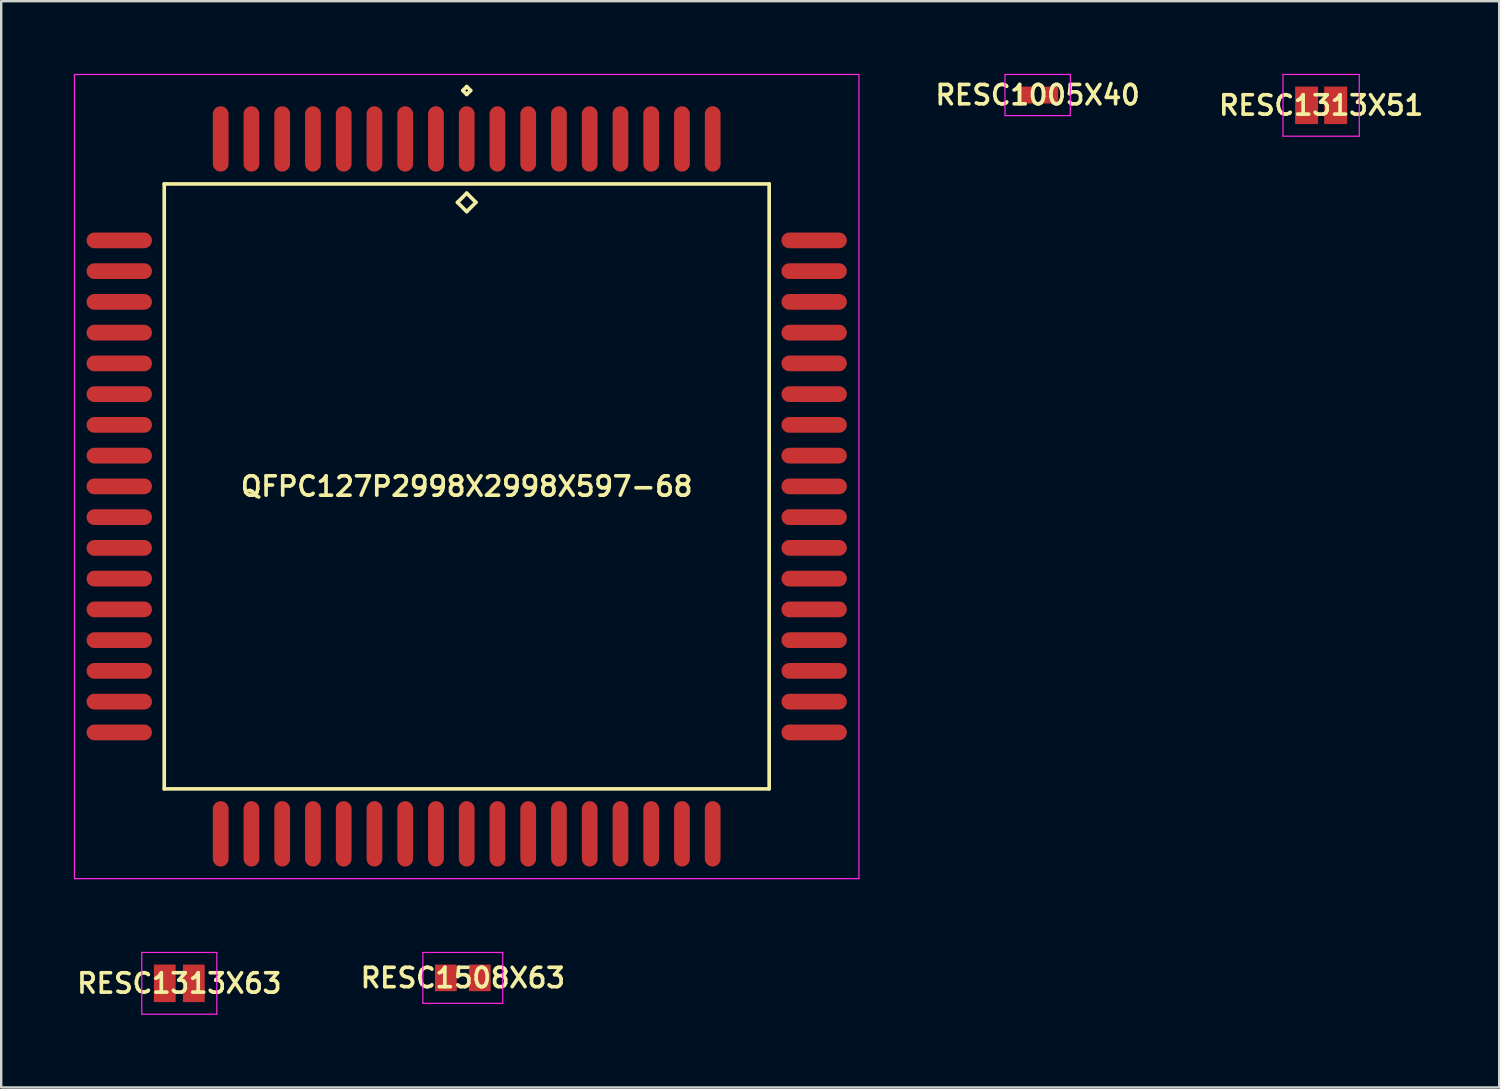
<source format=kicad_pcb>
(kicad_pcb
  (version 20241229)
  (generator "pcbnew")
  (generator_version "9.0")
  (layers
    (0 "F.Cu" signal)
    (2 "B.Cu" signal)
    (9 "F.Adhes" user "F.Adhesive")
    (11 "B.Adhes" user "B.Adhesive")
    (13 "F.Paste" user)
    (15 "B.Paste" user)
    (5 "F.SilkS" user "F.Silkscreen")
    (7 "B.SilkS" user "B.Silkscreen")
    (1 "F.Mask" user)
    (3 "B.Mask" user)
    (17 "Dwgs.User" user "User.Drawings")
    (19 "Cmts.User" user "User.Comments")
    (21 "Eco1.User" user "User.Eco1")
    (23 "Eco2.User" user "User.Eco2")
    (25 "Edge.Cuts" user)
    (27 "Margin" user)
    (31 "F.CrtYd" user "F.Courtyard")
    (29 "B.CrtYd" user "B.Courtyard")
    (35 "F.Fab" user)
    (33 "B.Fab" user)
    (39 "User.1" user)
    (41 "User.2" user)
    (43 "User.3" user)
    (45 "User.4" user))
  (footprint "RESC1313X63"
    (layer "F.Cu")
    (at 4.355 37.562)
    (property "Reference" "RESC1313X63" (at 0 0 0) (layer "F.SilkS") (effects (font (size 0.8 0.8) (thickness 0.15))))
    (attr smd)
    (fp_line (start -1.55 -1.275) (end 1.55 -1.275) (stroke (width 0.05) (type solid)) (layer "F.CrtYd"))
    (fp_line (start -1.55 1.275) (end -1.55 -1.275) (stroke (width 0.05) (type solid)) (layer "F.CrtYd"))
    (fp_line (start 1.55 -1.275) (end 1.55 1.275) (stroke (width 0.05) (type solid)) (layer "F.CrtYd"))
    (fp_line (start 1.55 1.275) (end -1.55 1.275) (stroke (width 0.05) (type solid)) (layer "F.CrtYd"))
    (pad "1" smd rect (at -0.6 0) (size 0.9 1.55) (layers "F.Cu" "F.Mask" "F.Paste"))
    (pad "2" smd rect (at 0.6 0) (size 0.9 1.55) (layers "F.Cu" "F.Mask" "F.Paste")))
  (footprint "RESC1508X63"
    (layer "F.Cu")
    (at 16.064 37.337)
    (property "Reference" "RESC1508X63" (at 0 0 0) (layer "F.SilkS") (effects (font (size 0.8 0.8) (thickness 0.15))))
    (attr smd)
    (fp_line (start -1.65 -1.05) (end 1.65 -1.05) (stroke (width 0.05) (type solid)) (layer "F.CrtYd"))
    (fp_line (start -1.65 1.05) (end -1.65 -1.05) (stroke (width 0.05) (type solid)) (layer "F.CrtYd"))
    (fp_line (start 1.65 -1.05) (end 1.65 1.05) (stroke (width 0.05) (type solid)) (layer "F.CrtYd"))
    (fp_line (start 1.65 1.05) (end -1.65 1.05) (stroke (width 0.05) (type solid)) (layer "F.CrtYd"))
    (pad "1" smd rect (at -0.7 0) (size 0.9 1.1) (layers "F.Cu" "F.Mask" "F.Paste"))
    (pad "2" smd rect (at 0.7 0) (size 0.9 1.1) (layers "F.Cu" "F.Mask" "F.Paste")))
  (footprint "QFPC127P2998X2998X597-68"
    (layer "F.Cu")
    (at 16.225 17.038)
    (property "Reference" "QFPC127P2998X2998X597-68" (at 0 0 0) (layer "F.SilkS") (effects (font (size 0.8 0.8) (thickness 0.15))))
    (attr smd)
    (fp_line (start -12.492 -12.492) (end -12.492 12.492) (stroke (width 0.15) (type solid)) (layer "F.SilkS"))
    (fp_line (start -12.492 12.492) (end 12.492 12.492) (stroke (width 0.15) (type solid)) (layer "F.SilkS"))
    (fp_line (start -0.381 -11.73) (end 0 -12.111) (stroke (width 0.15) (type solid)) (layer "F.SilkS"))
    (fp_line (start -0.163 -16.35) (end 0 -16.512) (stroke (width 0.15) (type solid)) (layer "F.SilkS"))
    (fp_line (start 0 -16.512) (end 0.163 -16.35) (stroke (width 0.15) (type solid)) (layer "F.SilkS"))
    (fp_line (start 0 -16.188) (end -0.163 -16.35) (stroke (width 0.15) (type solid)) (layer "F.SilkS"))
    (fp_line (start 0 -12.111) (end 0.381 -11.73) (stroke (width 0.15) (type solid)) (layer "F.SilkS"))
    (fp_line (start 0 -11.349) (end -0.381 -11.73) (stroke (width 0.15) (type solid)) (layer "F.SilkS"))
    (fp_line (start 0.163 -16.35) (end 0 -16.188) (stroke (width 0.15) (type solid)) (layer "F.SilkS"))
    (fp_line (start 0.381 -11.73) (end 0 -11.349) (stroke (width 0.15) (type solid)) (layer "F.SilkS"))
    (fp_line (start 12.492 -12.492) (end -12.492 -12.492) (stroke (width 0.15) (type solid)) (layer "F.SilkS"))
    (fp_line (start 12.492 12.492) (end 12.492 -12.492) (stroke (width 0.15) (type solid)) (layer "F.SilkS"))
    (fp_line (start -16.2 -17.012) (end 16.2 -17.012) (stroke (width 0.05) (type solid)) (layer "F.CrtYd"))
    (fp_line (start -16.2 16.2) (end -16.2 -17.012) (stroke (width 0.05) (type solid)) (layer "F.CrtYd"))
    (fp_line (start 16.2 -17.012) (end 16.2 16.2) (stroke (width 0.05) (type solid)) (layer "F.CrtYd"))
    (fp_line (start 16.2 16.2) (end -16.2 16.2) (stroke (width 0.05) (type solid)) (layer "F.CrtYd"))
    (pad "1" smd oval (at 0 -14.35) (size 0.65 2.7) (layers "F.Cu" "F.Mask" "F.Paste"))
    (pad "2" smd oval (at -1.27 -14.35) (size 0.65 2.7) (layers "F.Cu" "F.Mask" "F.Paste"))
    (pad "3" smd oval (at -2.54 -14.35) (size 0.65 2.7) (layers "F.Cu" "F.Mask" "F.Paste"))
    (pad "4" smd oval (at -3.81 -14.35) (size 0.65 2.7) (layers "F.Cu" "F.Mask" "F.Paste"))
    (pad "5" smd oval (at -5.08 -14.35) (size 0.65 2.7) (layers "F.Cu" "F.Mask" "F.Paste"))
    (pad "6" smd oval (at -6.35 -14.35) (size 0.65 2.7) (layers "F.Cu" "F.Mask" "F.Paste"))
    (pad "7" smd oval (at -7.62 -14.35) (size 0.65 2.7) (layers "F.Cu" "F.Mask" "F.Paste"))
    (pad "8" smd oval (at -8.89 -14.35) (size 0.65 2.7) (layers "F.Cu" "F.Mask" "F.Paste"))
    (pad "9" smd oval (at -10.16 -14.35) (size 0.65 2.7) (layers "F.Cu" "F.Mask" "F.Paste"))
    (pad "10" smd oval (at -14.35 -10.16) (size 2.7 0.65) (layers "F.Cu" "F.Mask" "F.Paste"))
    (pad "11" smd oval (at -14.35 -8.89) (size 2.7 0.65) (layers "F.Cu" "F.Mask" "F.Paste"))
    (pad "12" smd oval (at -14.35 -7.62) (size 2.7 0.65) (layers "F.Cu" "F.Mask" "F.Paste"))
    (pad "13" smd oval (at -14.35 -6.35) (size 2.7 0.65) (layers "F.Cu" "F.Mask" "F.Paste"))
    (pad "14" smd oval (at -14.35 -5.08) (size 2.7 0.65) (layers "F.Cu" "F.Mask" "F.Paste"))
    (pad "15" smd oval (at -14.35 -3.81) (size 2.7 0.65) (layers "F.Cu" "F.Mask" "F.Paste"))
    (pad "16" smd oval (at -14.35 -2.54) (size 2.7 0.65) (layers "F.Cu" "F.Mask" "F.Paste"))
    (pad "17" smd oval (at -14.35 -1.27) (size 2.7 0.65) (layers "F.Cu" "F.Mask" "F.Paste"))
    (pad "18" smd oval (at -14.35 0) (size 2.7 0.65) (layers "F.Cu" "F.Mask" "F.Paste"))
    (pad "19" smd oval (at -14.35 1.27) (size 2.7 0.65) (layers "F.Cu" "F.Mask" "F.Paste"))
    (pad "20" smd oval (at -14.35 2.54) (size 2.7 0.65) (layers "F.Cu" "F.Mask" "F.Paste"))
    (pad "21" smd oval (at -14.35 3.81) (size 2.7 0.65) (layers "F.Cu" "F.Mask" "F.Paste"))
    (pad "22" smd oval (at -14.35 5.08) (size 2.7 0.65) (layers "F.Cu" "F.Mask" "F.Paste"))
    (pad "23" smd oval (at -14.35 6.35) (size 2.7 0.65) (layers "F.Cu" "F.Mask" "F.Paste"))
    (pad "24" smd oval (at -14.35 7.62) (size 2.7 0.65) (layers "F.Cu" "F.Mask" "F.Paste"))
    (pad "25" smd oval (at -14.35 8.89) (size 2.7 0.65) (layers "F.Cu" "F.Mask" "F.Paste"))
    (pad "26" smd oval (at -14.35 10.16) (size 2.7 0.65) (layers "F.Cu" "F.Mask" "F.Paste"))
    (pad "27" smd oval (at -10.16 14.35) (size 0.65 2.7) (layers "F.Cu" "F.Mask" "F.Paste"))
    (pad "28" smd oval (at -8.89 14.35) (size 0.65 2.7) (layers "F.Cu" "F.Mask" "F.Paste"))
    (pad "29" smd oval (at -7.62 14.35) (size 0.65 2.7) (layers "F.Cu" "F.Mask" "F.Paste"))
    (pad "30" smd oval (at -6.35 14.35) (size 0.65 2.7) (layers "F.Cu" "F.Mask" "F.Paste"))
    (pad "31" smd oval (at -5.08 14.35) (size 0.65 2.7) (layers "F.Cu" "F.Mask" "F.Paste"))
    (pad "32" smd oval (at -3.81 14.35) (size 0.65 2.7) (layers "F.Cu" "F.Mask" "F.Paste"))
    (pad "33" smd oval (at -2.54 14.35) (size 0.65 2.7) (layers "F.Cu" "F.Mask" "F.Paste"))
    (pad "34" smd oval (at -1.27 14.35) (size 0.65 2.7) (layers "F.Cu" "F.Mask" "F.Paste"))
    (pad "35" smd oval (at 0 14.35) (size 0.65 2.7) (layers "F.Cu" "F.Mask" "F.Paste"))
    (pad "36" smd oval (at 1.27 14.35) (size 0.65 2.7) (layers "F.Cu" "F.Mask" "F.Paste"))
    (pad "37" smd oval (at 2.54 14.35) (size 0.65 2.7) (layers "F.Cu" "F.Mask" "F.Paste"))
    (pad "38" smd oval (at 3.81 14.35) (size 0.65 2.7) (layers "F.Cu" "F.Mask" "F.Paste"))
    (pad "39" smd oval (at 5.08 14.35) (size 0.65 2.7) (layers "F.Cu" "F.Mask" "F.Paste"))
    (pad "40" smd oval (at 6.35 14.35) (size 0.65 2.7) (layers "F.Cu" "F.Mask" "F.Paste"))
    (pad "41" smd oval (at 7.62 14.35) (size 0.65 2.7) (layers "F.Cu" "F.Mask" "F.Paste"))
    (pad "42" smd oval (at 8.89 14.35) (size 0.65 2.7) (layers "F.Cu" "F.Mask" "F.Paste"))
    (pad "43" smd oval (at 10.16 14.35) (size 0.65 2.7) (layers "F.Cu" "F.Mask" "F.Paste"))
    (pad "44" smd oval (at 14.35 10.16) (size 2.7 0.65) (layers "F.Cu" "F.Mask" "F.Paste"))
    (pad "45" smd oval (at 14.35 8.89) (size 2.7 0.65) (layers "F.Cu" "F.Mask" "F.Paste"))
    (pad "46" smd oval (at 14.35 7.62) (size 2.7 0.65) (layers "F.Cu" "F.Mask" "F.Paste"))
    (pad "47" smd oval (at 14.35 6.35) (size 2.7 0.65) (layers "F.Cu" "F.Mask" "F.Paste"))
    (pad "48" smd oval (at 14.35 5.08) (size 2.7 0.65) (layers "F.Cu" "F.Mask" "F.Paste"))
    (pad "49" smd oval (at 14.35 3.81) (size 2.7 0.65) (layers "F.Cu" "F.Mask" "F.Paste"))
    (pad "50" smd oval (at 14.35 2.54) (size 2.7 0.65) (layers "F.Cu" "F.Mask" "F.Paste"))
    (pad "51" smd oval (at 14.35 1.27) (size 2.7 0.65) (layers "F.Cu" "F.Mask" "F.Paste"))
    (pad "52" smd oval (at 14.35 0) (size 2.7 0.65) (layers "F.Cu" "F.Mask" "F.Paste"))
    (pad "53" smd oval (at 14.35 -1.27) (size 2.7 0.65) (layers "F.Cu" "F.Mask" "F.Paste"))
    (pad "54" smd oval (at 14.35 -2.54) (size 2.7 0.65) (layers "F.Cu" "F.Mask" "F.Paste"))
    (pad "55" smd oval (at 14.35 -3.81) (size 2.7 0.65) (layers "F.Cu" "F.Mask" "F.Paste"))
    (pad "56" smd oval (at 14.35 -5.08) (size 2.7 0.65) (layers "F.Cu" "F.Mask" "F.Paste"))
    (pad "57" smd oval (at 14.35 -6.35) (size 2.7 0.65) (layers "F.Cu" "F.Mask" "F.Paste"))
    (pad "58" smd oval (at 14.35 -7.62) (size 2.7 0.65) (layers "F.Cu" "F.Mask" "F.Paste"))
    (pad "59" smd oval (at 14.35 -8.89) (size 2.7 0.65) (layers "F.Cu" "F.Mask" "F.Paste"))
    (pad "60" smd oval (at 14.35 -10.16) (size 2.7 0.65) (layers "F.Cu" "F.Mask" "F.Paste"))
    (pad "61" smd oval (at 10.16 -14.35) (size 0.65 2.7) (layers "F.Cu" "F.Mask" "F.Paste"))
    (pad "62" smd oval (at 8.89 -14.35) (size 0.65 2.7) (layers "F.Cu" "F.Mask" "F.Paste"))
    (pad "63" smd oval (at 7.62 -14.35) (size 0.65 2.7) (layers "F.Cu" "F.Mask" "F.Paste"))
    (pad "64" smd oval (at 6.35 -14.35) (size 0.65 2.7) (layers "F.Cu" "F.Mask" "F.Paste"))
    (pad "65" smd oval (at 5.08 -14.35) (size 0.65 2.7) (layers "F.Cu" "F.Mask" "F.Paste"))
    (pad "66" smd oval (at 3.81 -14.35) (size 0.65 2.7) (layers "F.Cu" "F.Mask" "F.Paste"))
    (pad "67" smd oval (at 2.54 -14.35) (size 0.65 2.7) (layers "F.Cu" "F.Mask" "F.Paste"))
    (pad "68" smd oval (at 1.27 -14.35) (size 0.65 2.7) (layers "F.Cu" "F.Mask" "F.Paste")))
  (footprint "RESC1313X51"
    (layer "F.Cu")
    (at 51.514 1.3)
    (property "Reference" "RESC1313X51" (at 0 0 0) (layer "F.SilkS") (effects (font (size 0.8 0.8) (thickness 0.15))))
    (attr smd)
    (fp_line (start -1.575 -1.275) (end 1.575 -1.275) (stroke (width 0.05) (type solid)) (layer "F.CrtYd"))
    (fp_line (start -1.575 1.275) (end -1.575 -1.275) (stroke (width 0.05) (type solid)) (layer "F.CrtYd"))
    (fp_line (start 1.575 -1.275) (end 1.575 1.275) (stroke (width 0.05) (type solid)) (layer "F.CrtYd"))
    (fp_line (start 1.575 1.275) (end -1.575 1.275) (stroke (width 0.05) (type solid)) (layer "F.CrtYd"))
    (pad "1" smd rect (at -0.6 0) (size 0.95 1.55) (layers "F.Cu" "F.Mask" "F.Paste"))
    (pad "2" smd rect (at 0.6 0) (size 0.95 1.55) (layers "F.Cu" "F.Mask" "F.Paste")))
  (footprint "RESC1005X40"
    (layer "F.Cu")
    (at 39.805 0.875)
    (property "Reference" "RESC1005X40" (at 0 0 0) (layer "F.SilkS") (effects (font (size 0.8 0.8) (thickness 0.15))))
    (attr smd)
    (fp_line (start -1.35 -0.85) (end 1.35 -0.85) (stroke (width 0.05) (type solid)) (layer "F.CrtYd"))
    (fp_line (start -1.35 0.85) (end -1.35 -0.85) (stroke (width 0.05) (type solid)) (layer "F.CrtYd"))
    (fp_line (start 1.35 -0.85) (end 1.35 0.85) (stroke (width 0.05) (type solid)) (layer "F.CrtYd"))
    (fp_line (start 1.35 0.85) (end -1.35 0.85) (stroke (width 0.05) (type solid)) (layer "F.CrtYd"))
    (pad "1" smd rect (at -0.5 0) (size 0.7 0.7) (layers "F.Cu" "F.Mask" "F.Paste"))
    (pad "2" smd rect (at 0.5 0) (size 0.7 0.7) (layers "F.Cu" "F.Mask" "F.Paste")))
  (gr_rect
    (start -3 -3)
    (end 58.868 41.862)
    (stroke (width 0.1) (type default))
    (fill no)
    (layer "Edge.Cuts")))
</source>
